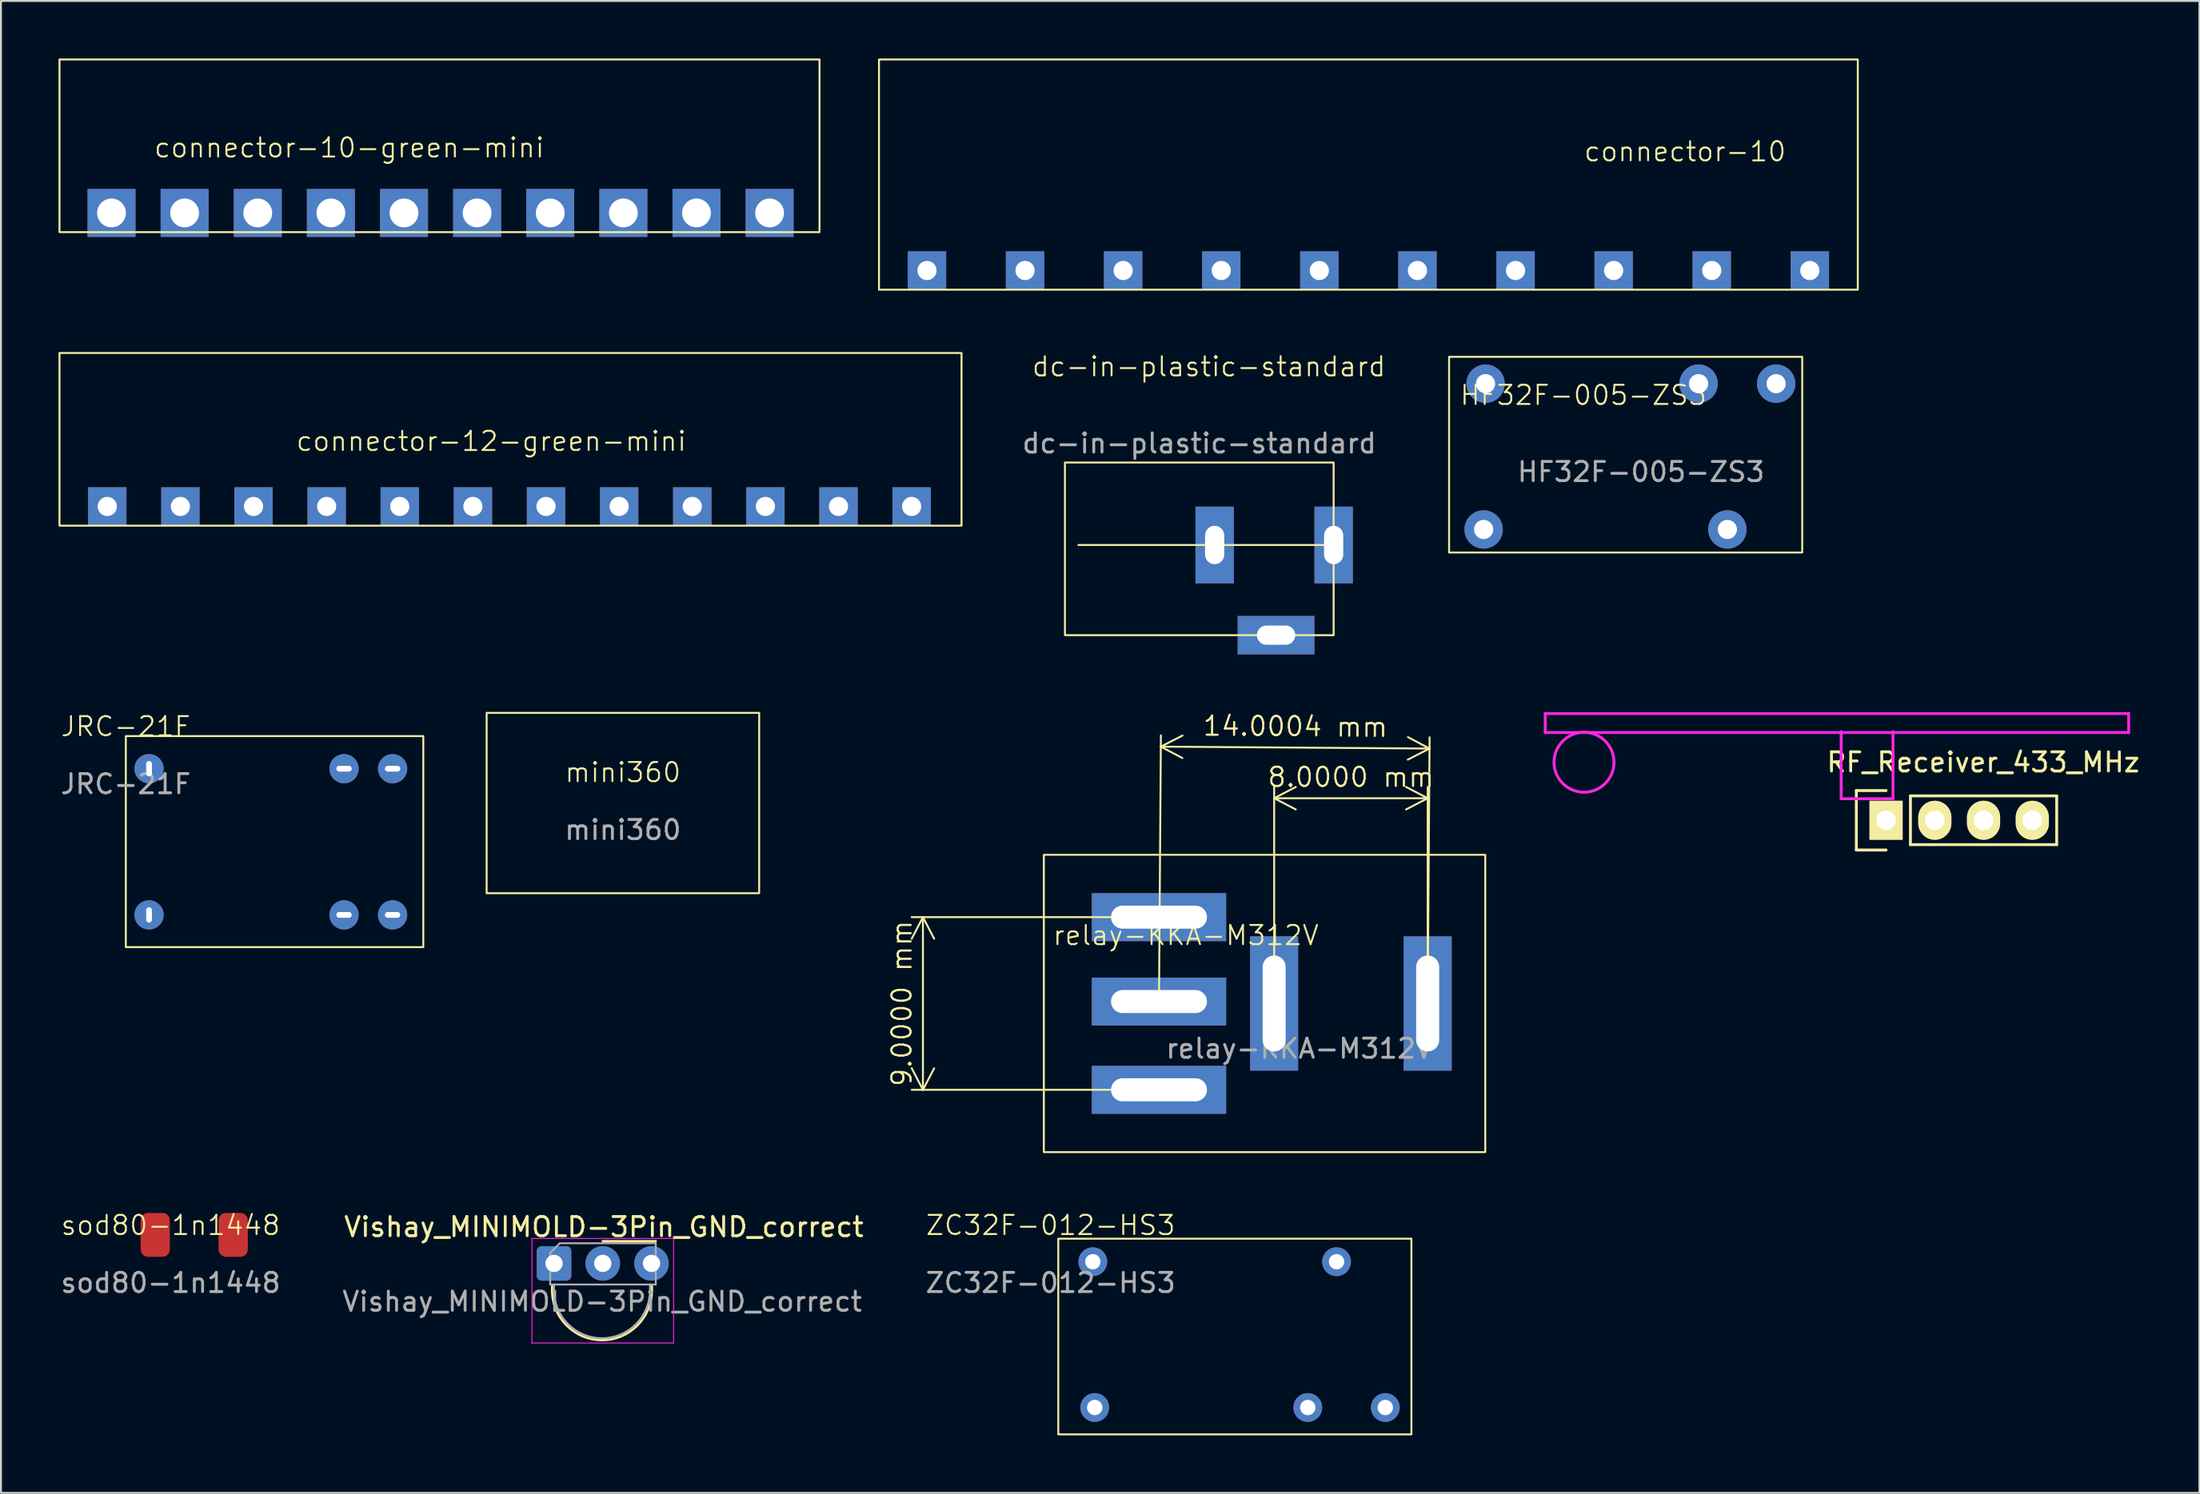
<source format=kicad_pcb>
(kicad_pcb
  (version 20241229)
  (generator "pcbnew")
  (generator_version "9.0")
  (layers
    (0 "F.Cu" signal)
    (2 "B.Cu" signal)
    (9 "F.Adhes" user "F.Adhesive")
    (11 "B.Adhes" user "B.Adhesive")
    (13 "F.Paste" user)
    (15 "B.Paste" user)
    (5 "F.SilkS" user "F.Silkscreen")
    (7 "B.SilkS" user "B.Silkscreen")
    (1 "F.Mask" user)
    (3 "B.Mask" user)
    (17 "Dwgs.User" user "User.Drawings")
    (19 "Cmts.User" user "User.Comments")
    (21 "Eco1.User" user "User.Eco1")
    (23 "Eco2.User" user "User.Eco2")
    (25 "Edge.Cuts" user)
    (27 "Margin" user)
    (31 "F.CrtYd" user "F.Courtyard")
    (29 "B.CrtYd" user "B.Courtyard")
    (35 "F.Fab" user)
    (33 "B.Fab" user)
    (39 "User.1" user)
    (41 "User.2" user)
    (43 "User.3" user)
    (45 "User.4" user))
  (footprint "connector-10"
    (layer "F.Cu")
    (at 93.25 12.05)
    (property "Reference" "connector-10" (at -8.5 -7.2 0) (unlocked yes) (layer "F.SilkS") (effects (font (size 1 1) (thickness 0.1))))
    (attr through_hole)
    (fp_rect (start -50.5 -12) (end 0.5 0) (stroke (width 0.1) (type default)) (fill no) (layer "F.SilkS"))
    (pad "1" thru_hole rect (at -2 -1) (size 2 2) (drill 1) (layers "*.Cu" "*.Mask"))
    (pad "2" thru_hole rect (at -7.111 -1) (size 2 2) (drill 1) (layers "*.Cu" "*.Mask"))
    (pad "3" thru_hole rect (at -12.222 -1) (size 2 2) (drill 1) (layers "*.Cu" "*.Mask"))
    (pad "4" thru_hole rect (at -17.333 -1) (size 2 2) (drill 1) (layers "*.Cu" "*.Mask"))
    (pad "5" thru_hole rect (at -22.444 -1) (size 2 2) (drill 1) (layers "*.Cu" "*.Mask"))
    (pad "6" thru_hole rect (at -27.556 -1) (size 2 2) (drill 1) (layers "*.Cu" "*.Mask"))
    (pad "7" thru_hole rect (at -32.667 -1) (size 2 2) (drill 1) (layers "*.Cu" "*.Mask"))
    (pad "8" thru_hole rect (at -37.778 -1) (size 2 2) (drill 1) (layers "*.Cu" "*.Mask"))
    (pad "9" thru_hole rect (at -42.889 -1) (size 2 2) (drill 1) (layers "*.Cu" "*.Mask"))
    (pad "10" thru_hole rect (at -48 -1) (size 2 2) (drill 1) (layers "*.Cu" "*.Mask")))
  (footprint "connector-10-green-mini"
    (layer "F.Cu")
    (at 38.05 9.05)
    (property "Reference" "connector-10-green-mini" (at -22.9 -4.4 0) (unlocked yes) (layer "F.SilkS") (effects (font (size 1 1) (thickness 0.1))))
    (attr through_hole)
    (fp_rect (start -38 -9) (end 1.6 0) (stroke (width 0.1) (type default)) (fill no) (layer "F.SilkS"))
    (pad "1" thru_hole rect (at -1 -1) (size 2.5 2.5) (drill 1.5) (layers "*.Cu" "*.Mask"))
    (pad "2" thru_hole rect (at -4.81 -1) (size 2.5 2.5) (drill 1.5) (layers "*.Cu" "*.Mask"))
    (pad "3" thru_hole rect (at -8.62 -1) (size 2.5 2.5) (drill 1.5) (layers "*.Cu" "*.Mask"))
    (pad "4" thru_hole rect (at -12.43 -1) (size 2.5 2.5) (drill 1.5) (layers "*.Cu" "*.Mask"))
    (pad "5" thru_hole rect (at -16.24 -1) (size 2.5 2.5) (drill 1.5) (layers "*.Cu" "*.Mask"))
    (pad "6" thru_hole rect (at -20.05 -1) (size 2.5 2.5) (drill 1.5) (layers "*.Cu" "*.Mask"))
    (pad "7" thru_hole rect (at -23.86 -1) (size 2.5 2.5) (drill 1.5) (layers "*.Cu" "*.Mask"))
    (pad "8" thru_hole rect (at -27.67 -1) (size 2.5 2.5) (drill 1.5) (layers "*.Cu" "*.Mask"))
    (pad "9" thru_hole rect (at -31.48 -1) (size 2.5 2.5) (drill 1.5) (layers "*.Cu" "*.Mask"))
    (pad "10" thru_hole rect (at -35.29 -1) (size 2.5 2.5) (drill 1.5) (layers "*.Cu" "*.Mask")))
  (footprint "sod80-1n1448"
    (layer "F.Cu")
    (at 5.801 61.32)
    (property "Reference" "sod80-1n1448" (at 0.038 -0.5 0) (unlocked yes) (layer "F.SilkS") (effects (font (size 1 1) (thickness 0.1))))
    (attr smd)
    (fp_text user "${REFERENCE}" (at 0.038 2.5 0) (unlocked yes) (layer "F.Fab") (effects (font (size 1 1) (thickness 0.15))))
    (pad "1" smd roundrect (at -0.762 0 90) (size 2.286 1.524) (layers "F.Cu" "F.Mask" "F.Paste") (roundrect_rratio 0.25))
    (pad "2" smd roundrect (at 3.3 0 90) (size 2.286 1.524) (layers "F.Cu" "F.Mask" "F.Paste") (roundrect_rratio 0.25)))
  (footprint "ZC32F-012-HS3"
    (layer "F.Cu")
    (at 66.591 62.72)
    (property "Reference" "ZC32F-012-HS3" (at -14.9 -1.9 0) (unlocked yes) (layer "F.SilkS") (effects (font (size 1 1) (thickness 0.1))))
    (attr through_hole)
    (fp_rect (start -14.5 -1.2) (end 3.9 9) (stroke (width 0.1) (type default)) (fill no) (layer "F.SilkS"))
    (fp_text user "${REFERENCE}" (at -14.9 1.1 0) (unlocked yes) (layer "F.Fab") (effects (font (size 1 1) (thickness 0.15))))
    (pad "1" thru_hole circle (at -12.7 0) (size 1.5 1.5) (drill 0.8) (layers "*.Cu" "*.Mask"))
    (pad "2" thru_hole circle (at -12.6 7.6) (size 1.5 1.5) (drill 0.8) (layers "*.Cu" "*.Mask"))
    (pad "3" thru_hole circle (at 0 0) (size 1.5 1.5) (drill 0.8) (layers "*.Cu" "*.Mask"))
    (pad "4" thru_hole circle (at -1.5 7.6) (size 1.5 1.5) (drill 0.8) (layers "*.Cu" "*.Mask"))
    (pad "5" thru_hole circle (at 2.54 7.6) (size 1.5 1.5) (drill 0.8) (layers "*.Cu" "*.Mask")))
  (footprint "RF_Receiver_433_MHz"
    (layer "F.Cu")
    (at 100.284 39.685)
    (property "Reference" "RF_Receiver_433_MHz" (at 0 -3 0) (layer "F.SilkS") (effects (font (size 1 1) (thickness 0.15))))
    (attr through_hole)
    (fp_line (start -6.611 -1.526) (end -5.061 -1.526) (stroke (width 0.15) (type solid)) (layer "F.SilkS"))
    (fp_line (start -6.611 1.574) (end -6.611 -1.526) (stroke (width 0.15) (type solid)) (layer "F.SilkS"))
    (fp_line (start -5.061 1.574) (end -6.611 1.574) (stroke (width 0.15) (type solid)) (layer "F.SilkS"))
    (fp_line (start -3.791 -1.246) (end -3.791 1.294) (stroke (width 0.15) (type solid)) (layer "F.SilkS"))
    (fp_line (start -3.791 -1.246) (end 3.829 -1.246) (stroke (width 0.15) (type solid)) (layer "F.SilkS"))
    (fp_line (start -3.791 1.294) (end 3.829 1.294) (stroke (width 0.15) (type solid)) (layer "F.SilkS"))
    (fp_line (start 3.829 1.294) (end 3.829 -1.246) (stroke (width 0.15) (type solid)) (layer "F.SilkS"))
    (fp_line (start -22.82 -5.54) (end -22.82 -4.55) (stroke (width 0.15) (type solid)) (layer "F.CrtYd"))
    (fp_line (start -22.82 -4.55) (end 7.58 -4.55) (stroke (width 0.15) (type solid)) (layer "F.CrtYd"))
    (fp_line (start -7.4 -4.6) (end -7.4 -1.1) (stroke (width 0.15) (type solid)) (layer "F.CrtYd"))
    (fp_line (start -7.4 -1.1) (end -4.7 -1.1) (stroke (width 0.15) (type solid)) (layer "F.CrtYd"))
    (fp_line (start -4.7 -1.1) (end -4.7 -4.6) (stroke (width 0.15) (type solid)) (layer "F.CrtYd"))
    (fp_line (start 7.58 -5.54) (end -22.82 -5.54) (stroke (width 0.15) (type solid)) (layer "F.CrtYd"))
    (fp_line (start 7.58 -4.55) (end 7.58 -5.55) (stroke (width 0.15) (type solid)) (layer "F.CrtYd"))
    (fp_circle (center -20.8 -3) (end -19.6 -2) (stroke (width 0.15) (type solid)) (fill no) (layer "F.CrtYd"))
    (pad "1" thru_hole rect (at -5.061 0.024 90) (size 2.032 1.727) (drill 1.016) (layers "*.Cu" "*.Mask" "F.SilkS"))
    (pad "2" thru_hole oval (at -2.521 0.024 90) (size 2.032 1.727) (drill 1.016) (layers "*.Cu" "*.Mask" "F.SilkS"))
    (pad "3" thru_hole oval (at 0.019 0.024 90) (size 2.032 1.727) (drill 1.016) (layers "*.Cu" "*.Mask" "F.SilkS"))
    (pad "4" thru_hole oval (at 2.559 0.024 90) (size 2.032 1.727) (drill 1.016) (layers "*.Cu" "*.Mask" "F.SilkS")))
  (footprint "Vishay_MINIMOLD-3Pin_GND_correct"
    (layer "F.Cu")
    (at 25.817 62.808)
    (property "Reference" "Vishay_MINIMOLD-3Pin_GND_correct" (at 2.6 -1.9 180) (layer "F.SilkS") (effects (font (size 1 1) (thickness 0.15))))
    (attr through_hole)
    (fp_line (start -0.1 1.4) (end -0.1 1.2) (stroke (width 0.12) (type solid)) (layer "F.SilkS"))
    (fp_line (start 5.1 1.4) (end 5.1 1.2) (stroke (width 0.12) (type solid)) (layer "F.SilkS"))
    (fp_line (start 5.3 -1.16) (end 2.54 -1.16) (stroke (width 0.12) (type solid)) (layer "F.SilkS"))
    (fp_arc (start 5.1 1.4) (mid 2.5 4) (end -0.1 1.4) (stroke (width 0.12) (type solid)) (layer "F.SilkS"))
    (fp_line (start -1.15 -1.3) (end -1.15 4.15) (stroke (width 0.05) (type solid)) (layer "F.CrtYd"))
    (fp_line (start -1.15 -1.3) (end 6.23 -1.3) (stroke (width 0.05) (type solid)) (layer "F.CrtYd"))
    (fp_line (start 6.23 4.15) (end -1.15 4.15) (stroke (width 0.05) (type solid)) (layer "F.CrtYd"))
    (fp_line (start 6.23 4.15) (end 6.23 -1.3) (stroke (width 0.05) (type solid)) (layer "F.CrtYd"))
    (fp_line (start -0.2 1.1) (end -0.2 -0.55) (stroke (width 0.1) (type solid)) (layer "F.Fab"))
    (fp_line (start 0 1.1) (end -0.2 1.1) (stroke (width 0.1) (type solid)) (layer "F.Fab"))
    (fp_line (start 0 1.15) (end 0 1.1) (stroke (width 0.1) (type solid)) (layer "F.Fab"))
    (fp_line (start 0 1.4) (end 0 1.15) (stroke (width 0.1) (type solid)) (layer "F.Fab"))
    (fp_line (start 0.3 -1.05) (end -0.2 -0.55) (stroke (width 0.1) (type solid)) (layer "F.Fab"))
    (fp_line (start 0.3 -1.05) (end 5.3 -1.05) (stroke (width 0.1) (type solid)) (layer "F.Fab"))
    (fp_line (start 5 1.1) (end 0 1.1) (stroke (width 0.1) (type solid)) (layer "F.Fab"))
    (fp_line (start 5 1.1) (end 5 1.4) (stroke (width 0.1) (type solid)) (layer "F.Fab"))
    (fp_line (start 5.3 -1.05) (end 5.3 1.1) (stroke (width 0.1) (type solid)) (layer "F.Fab"))
    (fp_line (start 5.3 1.1) (end 5 1.1) (stroke (width 0.1) (type solid)) (layer "F.Fab"))
    (fp_arc (start 5 1.4) (mid 2.5 3.9) (end 0 1.4) (stroke (width 0.1) (type solid)) (layer "F.Fab"))
    (fp_text user "${REFERENCE}" (at 2.51 1.99 0) (layer "F.Fab") (effects (font (size 1 1) (thickness 0.15))))
    (pad "1" thru_hole roundrect (at 0 0) (size 1.8 1.8) (drill 0.9) (layers "*.Cu" "*.Mask") (roundrect_rratio 0.139))
    (pad "2" thru_hole circle (at 5.08 0) (size 1.8 1.8) (drill 0.9) (layers "*.Cu" "*.Mask"))
    (pad "3" thru_hole circle (at 2.54 0) (size 1.8 1.8) (drill 0.9) (layers "*.Cu" "*.Mask")))
  (footprint "JRC-21F"
    (layer "F.Cu")
    (at 19.006 37.321)
    (property "Reference" "JRC-21F" (at -15.5 -2.5 0) (unlocked yes) (layer "F.SilkS") (effects (font (size 1 1) (thickness 0.1))))
    (attr through_hole)
    (fp_rect (start -15.5 -2) (end 0 9) (stroke (width 0.1) (type default)) (fill no) (layer "F.SilkS"))
    (fp_text user "${REFERENCE}" (at -15.5 0.5 0) (unlocked yes) (layer "F.Fab") (effects (font (size 1 1) (thickness 0.15))))
    (pad "1" thru_hole circle (at -14.29 -0.3 90) (size 1.524 1.524) (drill oval 0.8 0.3) (layers "*.Cu" "*.Mask"))
    (pad "2" thru_hole circle (at -14.29 7.32 90) (size 1.524 1.524) (drill oval 0.8 0.3) (layers "*.Cu" "*.Mask"))
    (pad "3" thru_hole circle (at -4.13 -0.3 180) (size 1.524 1.524) (drill oval 0.8 0.3) (layers "*.Cu" "*.Mask"))
    (pad "4" thru_hole circle (at -1.6 -0.3 180) (size 1.524 1.524) (drill oval 0.8 0.3) (layers "*.Cu" "*.Mask"))
    (pad "5" thru_hole circle (at -4.13 7.32 180) (size 1.524 1.524) (drill oval 0.8 0.3) (layers "*.Cu" "*.Mask"))
    (pad "6" thru_hole circle (at -1.6 7.32 180) (size 1.524 1.524) (drill oval 0.8 0.3) (layers "*.Cu" "*.Mask")))
  (footprint "dc-in-plastic-standard"
    (layer "F.Cu")
    (at 66.439 25.36)
    (property "Reference" "dc-in-plastic-standard" (at -6.5 -9.3 0) (unlocked yes) (layer "F.SilkS") (effects (font (size 1 1) (thickness 0.1))))
    (attr through_hole)
    (fp_line (start 0 0) (end -13.3 0) (stroke (width 0.1) (type default)) (layer "F.SilkS"))
    (fp_rect (start -14 -4.3) (end 0 4.7) (stroke (width 0.1) (type default)) (fill no) (layer "F.SilkS"))
    (fp_text user "${REFERENCE}" (at -7 -5.3 0) (unlocked yes) (layer "F.Fab") (effects (font (size 1 1) (thickness 0.15))))
    (pad "1" thru_hole rect (at 0 0) (size 2 4) (drill oval 1 2) (layers "*.Cu" "*.Mask"))
    (pad "2" thru_hole rect (at -3 4.7) (size 4 2) (drill oval 2 1) (layers "*.Cu" "*.Mask"))
    (pad "3" thru_hole rect (at -6.2 0) (size 2 4) (drill oval 1 2) (layers "*.Cu" "*.Mask")))
  (footprint "connector-12-green-mini"
    (layer "F.Cu")
    (at 45.45 24.35)
    (property "Reference" "connector-12-green-mini" (at -22.9 -4.4 0) (unlocked yes) (layer "F.SilkS") (effects (font (size 1 1) (thickness 0.1))))
    (attr through_hole)
    (fp_rect (start -45.4 -9) (end 1.6 0) (stroke (width 0.1) (type default)) (fill no) (layer "F.SilkS"))
    (pad "1" thru_hole rect (at -1 -1) (size 2 2) (drill 1) (layers "*.Cu" "*.Mask"))
    (pad "2" thru_hole rect (at -4.81 -1) (size 2 2) (drill 1) (layers "*.Cu" "*.Mask"))
    (pad "3" thru_hole rect (at -8.62 -1) (size 2 2) (drill 1) (layers "*.Cu" "*.Mask"))
    (pad "4" thru_hole rect (at -12.43 -1) (size 2 2) (drill 1) (layers "*.Cu" "*.Mask"))
    (pad "5" thru_hole rect (at -16.24 -1) (size 2 2) (drill 1) (layers "*.Cu" "*.Mask"))
    (pad "6" thru_hole rect (at -20.05 -1) (size 2 2) (drill 1) (layers "*.Cu" "*.Mask"))
    (pad "7" thru_hole rect (at -23.86 -1) (size 2 2) (drill 1) (layers "*.Cu" "*.Mask"))
    (pad "8" thru_hole rect (at -27.67 -1) (size 2 2) (drill 1) (layers "*.Cu" "*.Mask"))
    (pad "9" thru_hole rect (at -31.48 -1) (size 2 2) (drill 1) (layers "*.Cu" "*.Mask"))
    (pad "10" thru_hole rect (at -35.29 -1) (size 2 2) (drill 1) (layers "*.Cu" "*.Mask"))
    (pad "11" thru_hole rect (at -39.1 -1) (size 2 2) (drill 1) (layers "*.Cu" "*.Mask"))
    (pad "12" thru_hole rect (at -42.91 -1) (size 2 2) (drill 1) (layers "*.Cu" "*.Mask")))
  (footprint "mini360"
    (layer "F.Cu")
    (at 29.406 37.711)
    (property "Reference" "mini360" (at 0 -0.5 0) (unlocked yes) (layer "F.SilkS") (effects (font (size 1 1) (thickness 0.1))))
    (attr smd)
    (fp_rect (start -7.1 -3.6) (end 7.1 5.8) (stroke (width 0.1) (type default)) (fill no) (layer "F.SilkS"))
    (fp_text user "${REFERENCE}" (at 0 2.5 0) (unlocked yes) (layer "F.Fab") (effects (font (size 1 1) (thickness 0.15)))))
  (footprint "relay-KKA-M312V"
    (layer "F.Cu")
    (at 63.639 49.259)
    (property "Reference" "relay-KKA-M312V" (at -4.9 -3.55 0) (unlocked yes) (layer "F.SilkS") (effects (font (size 1 1) (thickness 0.1))))
    (attr through_hole)
    (fp_rect (start -12.3 -7.75) (end 10.7 7.75) (stroke (width 0.1) (type default)) (fill no) (layer "F.SilkS"))
    (fp_text user "${REFERENCE}" (at 1 2.35 0) (unlocked yes) (layer "F.Fab") (effects (font (size 1 1) (thickness 0.15))))
    (dimension (type aligned) (layer "F.SilkS") (pts (xy 57.339 44.759) (xy 57.339 53.759)) (height 12.3) (format (prefix "") (suffix "") (units 3) (units_format 1) (precision 4)) (style (thickness 0.1) (arrow_length 1.27) (text_position_mode 0) (arrow_direction outward) (extension_height 0.586) (extension_offset 0.5) (keep_text_aligned yes)) (gr_text "9.0000 mm" (at 43.939 49.259 90) (layer "F.SilkS") (effects (font (size 1 1) (thickness 0.1)))))
    (dimension (type aligned) (layer "F.SilkS") (pts (xy 63.339 49.259) (xy 71.339 49.259)) (height -10.7) (format (prefix "") (suffix "") (units 3) (units_format 1) (precision 4)) (style (thickness 0.1) (arrow_length 1.27) (text_position_mode 0) (arrow_direction outward) (extension_height 0.586) (extension_offset 0.5) (keep_text_aligned yes)) (gr_text "8.0000 mm" (at 67.339 37.459 0) (layer "F.SilkS") (effects (font (size 1 1) (thickness 0.1)))))
    (dimension (type aligned) (layer "F.SilkS") (pts (xy 57.339 49.159) (xy 71.339 49.259)) (height -13.289) (format (prefix "") (suffix "") (units 3) (units_format 1) (precision 4)) (style (thickness 0.1) (arrow_length 1.27) (text_position_mode 0) (arrow_direction outward) (extension_height 0.586) (extension_offset 0.5) (keep_text_aligned yes)) (gr_text "14.0004 mm" (at 64.442 34.821 359.591) (layer "F.SilkS") (effects (font (size 1 1) (thickness 0.1)))))
    (pad "1" thru_hole rect (at -6.3 4.5 180) (size 7 2.5) (drill oval 5 1.2) (layers "*.Cu" "*.Mask"))
    (pad "2" thru_hole rect (at -6.3 -4.5 180) (size 7 2.5) (drill oval 5 1.2) (layers "*.Cu" "*.Mask"))
    (pad "3" thru_hole rect (at 7.7 0 90) (size 7 2.5) (drill oval 5 1.2) (layers "*.Cu" "*.Mask"))
    (pad "4" thru_hole rect (at -6.3 -0.1 180) (size 7 2.5) (drill oval 5 1.2) (layers "*.Cu" "*.Mask"))
    (pad "5" thru_hole rect (at -0.3 0 90) (size 7 2.5) (drill oval 5 1.2) (layers "*.Cu" "*.Mask")))
  (footprint "HF32F-005-ZS3"
    (layer "F.Cu")
    (at 72.454 15.55)
    (property "Reference" "HF32F-005-ZS3" (at 7 2 0) (unlocked yes) (layer "F.SilkS") (effects (font (size 1 1) (thickness 0.1))))
    (attr through_hole)
    (fp_rect (start 0 10.2) (end 18.4 0) (stroke (width 0.1) (type default)) (fill no) (layer "F.SilkS"))
    (fp_text user "${REFERENCE}" (at 10 6 0) (unlocked yes) (layer "F.Fab") (effects (font (size 1 1) (thickness 0.15))))
    (pad "1" thru_hole circle (at 1.8 9) (size 2 2) (drill 1) (layers "*.Cu" "*.Mask"))
    (pad "2" thru_hole circle (at 1.9 1.4) (size 2 2) (drill 1) (layers "*.Cu" "*.Mask"))
    (pad "3" thru_hole circle (at 14.5 9) (size 2 2) (drill 1) (layers "*.Cu" "*.Mask"))
    (pad "4" thru_hole circle (at 13 1.4) (size 2 2) (drill 1) (layers "*.Cu" "*.Mask"))
    (pad "5" thru_hole circle (at 17.04 1.4) (size 2 2) (drill 1) (layers "*.Cu" "*.Mask")))
  (gr_rect
    (start -3 -3)
    (end 111.552 74.77)
    (stroke (width 0.1) (type default))
    (fill no)
    (layer "Edge.Cuts")))
</source>
